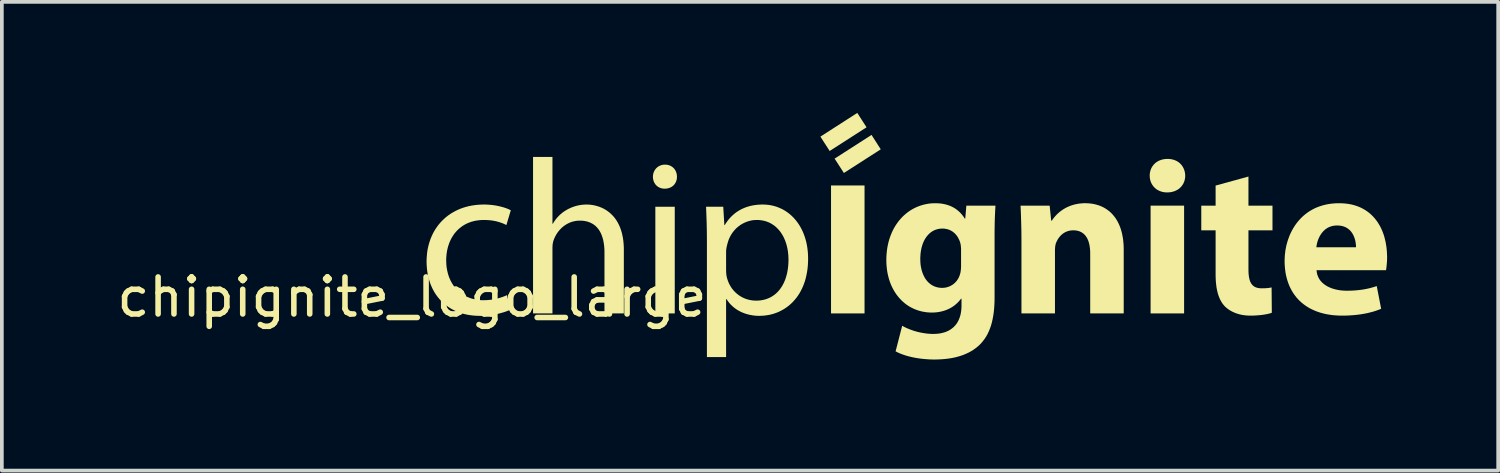
<source format=kicad_pcb>
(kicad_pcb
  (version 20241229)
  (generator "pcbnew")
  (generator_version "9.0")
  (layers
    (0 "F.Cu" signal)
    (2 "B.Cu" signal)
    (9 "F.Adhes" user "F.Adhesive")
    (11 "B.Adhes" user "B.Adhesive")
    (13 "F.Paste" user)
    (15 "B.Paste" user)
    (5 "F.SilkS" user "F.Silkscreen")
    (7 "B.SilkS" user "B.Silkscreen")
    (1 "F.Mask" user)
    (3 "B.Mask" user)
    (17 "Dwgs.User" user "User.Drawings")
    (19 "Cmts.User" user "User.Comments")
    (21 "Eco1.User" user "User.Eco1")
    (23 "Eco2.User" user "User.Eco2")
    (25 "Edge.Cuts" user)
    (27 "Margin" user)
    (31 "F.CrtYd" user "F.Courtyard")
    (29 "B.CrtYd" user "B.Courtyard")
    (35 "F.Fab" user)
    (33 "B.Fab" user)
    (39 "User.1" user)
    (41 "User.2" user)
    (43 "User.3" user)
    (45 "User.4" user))
  (footprint "chipignite_logo_large"
    (layer "F.Cu")
    (at 8.077 5.475)
    (property "Reference" "chipignite_logo_large" (at 0 -0.5 0) (unlocked yes) (layer "F.SilkS") (effects (font (size 1 1) (thickness 0.15))))
    (attr board_only exclude_from_pos_files exclude_from_bom allow_missing_courtyard)
    (fp_poly (pts (xy 7.097 -0.06) (xy 6.573 -0.06) (xy 6.573 -2.941) (xy 7.097 -2.941)) (stroke (width -0.000001) (type solid)) (fill yes) (layer "F.SilkS"))
    (fp_poly (pts (xy 12.223 -0.06) (xy 11.318 -0.06) (xy 11.318 -3.516) (xy 12.223 -3.516)) (stroke (width -0.000001) (type solid)) (fill yes) (layer "F.SilkS"))
    (fp_poly (pts (xy 12.277 -5.087) (xy 11.281 -4.447) (xy 11.031 -4.835) (xy 12.027 -5.475)) (stroke (width -0.000001) (type solid)) (fill yes) (layer "F.SilkS"))
    (fp_poly (pts (xy 12.661 -4.492) (xy 11.665 -3.853) (xy 11.415 -4.241) (xy 12.412 -4.881)) (stroke (width -0.000001) (type solid)) (fill yes) (layer "F.SilkS"))
    (fp_poly (pts (xy 20.854 -0.06) (xy 19.949 -0.06) (xy 19.949 -2.971) (xy 20.854 -2.971)) (stroke (width -0.000001) (type solid)) (fill yes) (layer "F.SilkS"))
    (fp_poly (pts (xy 22.592 -2.971) (xy 23.241 -2.971) (xy 23.241 -2.304) (xy 22.592 -2.304) (xy 22.592 -1.251) (xy 22.593 -1.187) (xy 22.596 -1.128) (xy 22.602 -1.073) (xy 22.61 -1.022) (xy 22.621 -0.976) (xy 22.634 -0.934) (xy 22.642 -0.915) (xy 22.651 -0.896) (xy 22.66 -0.879) (xy 22.67 -0.863) (xy 22.681 -0.848) (xy 22.693 -0.833) (xy 22.705 -0.82) (xy 22.719 -0.808) (xy 22.733 -0.797) (xy 22.748 -0.786) (xy 22.764 -0.777) (xy 22.78 -0.769) (xy 22.798 -0.762) (xy 22.817 -0.756) (xy 22.836 -0.75) (xy 22.857 -0.746) (xy 22.879 -0.743) (xy 22.901 -0.74) (xy 22.949 -0.738) (xy 22.993 -0.739) (xy 23.032 -0.74) (xy 23.067 -0.741) (xy 23.099 -0.744) (xy 23.129 -0.747) (xy 23.158 -0.751) (xy 23.187 -0.756) (xy 23.217 -0.762) (xy 23.223 -0.078) (xy 23.201 -0.07) (xy 23.176 -0.062) (xy 23.149 -0.055) (xy 23.119 -0.048) (xy 23.088 -0.041) (xy 23.055 -0.035) (xy 23.02 -0.029) (xy 22.983 -0.023) (xy 22.944 -0.018) (xy 22.904 -0.014) (xy 22.863 -0.01) (xy 22.82 -0.007) (xy 22.777 -0.004) (xy 22.732 -0.002) (xy 22.686 -0.001) (xy 22.64 -0.000329) (xy 22.586 -0.002) (xy 22.533 -0.005) (xy 22.481 -0.011) (xy 22.431 -0.018) (xy 22.382 -0.028) (xy 22.334 -0.04) (xy 22.288 -0.054) (xy 22.244 -0.069) (xy 22.201 -0.087) (xy 22.16 -0.106) (xy 22.121 -0.126) (xy 22.084 -0.148) (xy 22.048 -0.172) (xy 22.015 -0.197) (xy 21.984 -0.223) (xy 21.955 -0.25) (xy 21.925 -0.284) (xy 21.896 -0.32) (xy 21.87 -0.359) (xy 21.846 -0.4) (xy 21.823 -0.444) (xy 21.803 -0.491) (xy 21.784 -0.54) (xy 21.767 -0.593) (xy 21.753 -0.648) (xy 21.74 -0.705) (xy 21.729 -0.766) (xy 21.721 -0.83) (xy 21.714 -0.896) (xy 21.709 -0.966) (xy 21.706 -1.038) (xy 21.705 -1.114) (xy 21.705 -2.304) (xy 21.318 -2.304) (xy 21.318 -2.971) (xy 21.705 -2.971) (xy 21.705 -3.513) (xy 22.592 -3.757)) (stroke (width -0.000001) (type solid)) (fill yes) (layer "F.SilkS"))
    (fp_poly (pts (xy 6.853 -4.078) (xy 6.87 -4.077) (xy 6.887 -4.075) (xy 6.904 -4.072) (xy 6.92 -4.068) (xy 6.936 -4.064) (xy 6.951 -4.059) (xy 6.966 -4.053) (xy 6.98 -4.047) (xy 6.994 -4.04) (xy 7.008 -4.032) (xy 7.021 -4.023) (xy 7.033 -4.014) (xy 7.045 -4.005) (xy 7.057 -3.995) (xy 7.068 -3.984) (xy 7.078 -3.973) (xy 7.088 -3.961) (xy 7.097 -3.948) (xy 7.105 -3.936) (xy 7.113 -3.922) (xy 7.121 -3.909) (xy 7.127 -3.895) (xy 7.133 -3.88) (xy 7.139 -3.865) (xy 7.143 -3.85) (xy 7.147 -3.834) (xy 7.151 -3.818) (xy 7.153 -3.802) (xy 7.155 -3.785) (xy 7.156 -3.768) (xy 7.157 -3.751) (xy 7.156 -3.734) (xy 7.155 -3.718) (xy 7.154 -3.702) (xy 7.151 -3.686) (xy 7.148 -3.67) (xy 7.144 -3.655) (xy 7.139 -3.64) (xy 7.134 -3.625) (xy 7.128 -3.611) (xy 7.121 -3.597) (xy 7.114 -3.584) (xy 7.106 -3.571) (xy 7.098 -3.558) (xy 7.089 -3.546) (xy 7.079 -3.534) (xy 7.068 -3.523) (xy 7.057 -3.513) (xy 7.046 -3.503) (xy 7.033 -3.493) (xy 7.021 -3.484) (xy 7.007 -3.476) (xy 6.993 -3.468) (xy 6.979 -3.461) (xy 6.963 -3.455) (xy 6.948 -3.449) (xy 6.932 -3.444) (xy 6.915 -3.44) (xy 6.898 -3.436) (xy 6.88 -3.433) (xy 6.861 -3.431) (xy 6.843 -3.43) (xy 6.823 -3.43) (xy 6.806 -3.43) (xy 6.788 -3.431) (xy 6.772 -3.433) (xy 6.755 -3.436) (xy 6.739 -3.44) (xy 6.724 -3.444) (xy 6.708 -3.449) (xy 6.694 -3.455) (xy 6.68 -3.461) (xy 6.666 -3.468) (xy 6.653 -3.476) (xy 6.64 -3.484) (xy 6.628 -3.493) (xy 6.616 -3.503) (xy 6.605 -3.513) (xy 6.594 -3.523) (xy 6.584 -3.534) (xy 6.575 -3.546) (xy 6.566 -3.558) (xy 6.558 -3.571) (xy 6.55 -3.584) (xy 6.543 -3.597) (xy 6.536 -3.611) (xy 6.53 -3.625) (xy 6.525 -3.64) (xy 6.521 -3.655) (xy 6.517 -3.67) (xy 6.514 -3.686) (xy 6.511 -3.702) (xy 6.509 -3.718) (xy 6.508 -3.734) (xy 6.508 -3.751) (xy 6.508 -3.768) (xy 6.509 -3.784) (xy 6.511 -3.8) (xy 6.514 -3.816) (xy 6.517 -3.832) (xy 6.521 -3.847) (xy 6.526 -3.863) (xy 6.531 -3.877) (xy 6.538 -3.892) (xy 6.544 -3.906) (xy 6.552 -3.92) (xy 6.56 -3.933) (xy 6.568 -3.946) (xy 6.578 -3.958) (xy 6.587 -3.97) (xy 6.598 -3.982) (xy 6.609 -3.992) (xy 6.621 -4.003) (xy 6.633 -4.013) (xy 6.645 -4.022) (xy 6.659 -4.03) (xy 6.672 -4.038) (xy 6.687 -4.046) (xy 6.701 -4.052) (xy 6.717 -4.058) (xy 6.732 -4.063) (xy 6.748 -4.068) (xy 6.765 -4.072) (xy 6.782 -4.075) (xy 6.799 -4.077) (xy 6.817 -4.078) (xy 6.835 -4.078)) (stroke (width -0.000001) (type solid)) (fill yes) (layer "F.SilkS"))
    (fp_poly (pts (xy 20.434 -4.232) (xy 20.461 -4.231) (xy 20.486 -4.228) (xy 20.511 -4.224) (xy 20.536 -4.219) (xy 20.559 -4.213) (xy 20.582 -4.206) (xy 20.604 -4.198) (xy 20.625 -4.189) (xy 20.646 -4.18) (xy 20.666 -4.169) (xy 20.685 -4.157) (xy 20.703 -4.145) (xy 20.72 -4.132) (xy 20.737 -4.118) (xy 20.753 -4.103) (xy 20.768 -4.087) (xy 20.782 -4.071) (xy 20.795 -4.054) (xy 20.807 -4.036) (xy 20.819 -4.018) (xy 20.829 -3.999) (xy 20.839 -3.979) (xy 20.848 -3.959) (xy 20.856 -3.939) (xy 20.863 -3.917) (xy 20.869 -3.896) (xy 20.874 -3.874) (xy 20.878 -3.851) (xy 20.881 -3.828) (xy 20.883 -3.804) (xy 20.884 -3.781) (xy 20.883 -3.757) (xy 20.882 -3.734) (xy 20.879 -3.712) (xy 20.875 -3.689) (xy 20.87 -3.668) (xy 20.865 -3.646) (xy 20.858 -3.625) (xy 20.85 -3.604) (xy 20.841 -3.584) (xy 20.832 -3.565) (xy 20.821 -3.546) (xy 20.809 -3.528) (xy 20.797 -3.51) (xy 20.783 -3.493) (xy 20.769 -3.476) (xy 20.753 -3.461) (xy 20.737 -3.446) (xy 20.72 -3.431) (xy 20.702 -3.418) (xy 20.683 -3.405) (xy 20.664 -3.394) (xy 20.643 -3.383) (xy 20.622 -3.373) (xy 20.6 -3.364) (xy 20.577 -3.356) (xy 20.553 -3.349) (xy 20.529 -3.342) (xy 20.504 -3.337) (xy 20.478 -3.333) (xy 20.451 -3.331) (xy 20.424 -3.329) (xy 20.396 -3.328) (xy 20.369 -3.329) (xy 20.343 -3.331) (xy 20.318 -3.333) (xy 20.293 -3.337) (xy 20.269 -3.342) (xy 20.246 -3.349) (xy 20.223 -3.356) (xy 20.201 -3.364) (xy 20.18 -3.373) (xy 20.16 -3.383) (xy 20.14 -3.394) (xy 20.121 -3.405) (xy 20.103 -3.418) (xy 20.086 -3.431) (xy 20.069 -3.446) (xy 20.053 -3.461) (xy 20.038 -3.476) (xy 20.024 -3.493) (xy 20.011 -3.51) (xy 19.999 -3.528) (xy 19.987 -3.546) (xy 19.977 -3.565) (xy 19.967 -3.584) (xy 19.958 -3.604) (xy 19.951 -3.625) (xy 19.944 -3.646) (xy 19.938 -3.668) (xy 19.934 -3.689) (xy 19.93 -3.712) (xy 19.927 -3.734) (xy 19.926 -3.757) (xy 19.925 -3.781) (xy 19.926 -3.804) (xy 19.927 -3.828) (xy 19.93 -3.851) (xy 19.934 -3.874) (xy 19.939 -3.896) (xy 19.945 -3.917) (xy 19.952 -3.939) (xy 19.96 -3.959) (xy 19.968 -3.979) (xy 19.978 -3.999) (xy 19.989 -4.018) (xy 20.001 -4.036) (xy 20.014 -4.054) (xy 20.027 -4.071) (xy 20.042 -4.087) (xy 20.057 -4.103) (xy 20.073 -4.118) (xy 20.09 -4.132) (xy 20.108 -4.145) (xy 20.127 -4.157) (xy 20.146 -4.169) (xy 20.166 -4.18) (xy 20.187 -4.189) (xy 20.209 -4.198) (xy 20.231 -4.206) (xy 20.255 -4.213) (xy 20.278 -4.219) (xy 20.303 -4.224) (xy 20.328 -4.228) (xy 20.354 -4.231) (xy 20.38 -4.232) (xy 20.407 -4.233)) (stroke (width -0.000001) (type solid)) (fill yes) (layer "F.SilkS"))
    (fp_poly (pts (xy 3.794 -2.483) (xy 3.805 -2.483) (xy 3.822 -2.511) (xy 3.839 -2.538) (xy 3.857 -2.565) (xy 3.877 -2.592) (xy 3.897 -2.618) (xy 3.918 -2.643) (xy 3.941 -2.668) (xy 3.964 -2.693) (xy 3.988 -2.716) (xy 4.013 -2.739) (xy 4.039 -2.761) (xy 4.066 -2.783) (xy 4.093 -2.803) (xy 4.122 -2.822) (xy 4.151 -2.841) (xy 4.18 -2.858) (xy 4.21 -2.874) (xy 4.24 -2.89) (xy 4.271 -2.904) (xy 4.302 -2.918) (xy 4.334 -2.931) (xy 4.366 -2.942) (xy 4.399 -2.953) (xy 4.433 -2.963) (xy 4.467 -2.972) (xy 4.501 -2.979) (xy 4.536 -2.986) (xy 4.571 -2.991) (xy 4.607 -2.995) (xy 4.643 -2.998) (xy 4.68 -3) (xy 4.716 -3.001) (xy 4.791 -2.998) (xy 4.871 -2.989) (xy 4.953 -2.972) (xy 5.037 -2.948) (xy 5.079 -2.933) (xy 5.121 -2.915) (xy 5.163 -2.896) (xy 5.205 -2.873) (xy 5.246 -2.849) (xy 5.286 -2.821) (xy 5.326 -2.791) (xy 5.364 -2.758) (xy 5.402 -2.722) (xy 5.438 -2.684) (xy 5.473 -2.642) (xy 5.506 -2.597) (xy 5.538 -2.548) (xy 5.567 -2.497) (xy 5.594 -2.442) (xy 5.62 -2.383) (xy 5.642 -2.321) (xy 5.663 -2.254) (xy 5.68 -2.185) (xy 5.695 -2.111) (xy 5.707 -2.033) (xy 5.715 -1.951) (xy 5.721 -1.865) (xy 5.722 -1.774) (xy 5.722 -0.06) (xy 5.199 -0.06) (xy 5.199 -1.715) (xy 5.197 -1.801) (xy 5.19 -1.885) (xy 5.179 -1.966) (xy 5.164 -2.044) (xy 5.143 -2.118) (xy 5.118 -2.188) (xy 5.103 -2.222) (xy 5.087 -2.254) (xy 5.069 -2.285) (xy 5.051 -2.315) (xy 5.03 -2.343) (xy 5.008 -2.37) (xy 4.985 -2.395) (xy 4.96 -2.419) (xy 4.933 -2.442) (xy 4.905 -2.462) (xy 4.876 -2.481) (xy 4.844 -2.498) (xy 4.811 -2.514) (xy 4.777 -2.527) (xy 4.74 -2.539) (xy 4.702 -2.549) (xy 4.662 -2.556) (xy 4.621 -2.562) (xy 4.577 -2.565) (xy 4.532 -2.566) (xy 4.5 -2.565) (xy 4.469 -2.563) (xy 4.438 -2.56) (xy 4.408 -2.555) (xy 4.379 -2.549) (xy 4.35 -2.542) (xy 4.321 -2.534) (xy 4.293 -2.525) (xy 4.266 -2.514) (xy 4.239 -2.502) (xy 4.187 -2.476) (xy 4.138 -2.446) (xy 4.091 -2.412) (xy 4.047 -2.375) (xy 4.007 -2.335) (xy 3.969 -2.292) (xy 3.934 -2.247) (xy 3.903 -2.2) (xy 3.875 -2.151) (xy 3.85 -2.1) (xy 3.829 -2.048) (xy 3.824 -2.034) (xy 3.819 -2.019) (xy 3.815 -2.005) (xy 3.811 -1.99) (xy 3.808 -1.975) (xy 3.805 -1.96) (xy 3.802 -1.945) (xy 3.8 -1.93) (xy 3.798 -1.915) (xy 3.797 -1.899) (xy 3.795 -1.867) (xy 3.794 -1.833) (xy 3.794 -1.798) (xy 3.794 -0.06) (xy 3.27 -0.06) (xy 3.27 -4.287) (xy 3.794 -4.287)) (stroke (width -0.000001) (type solid)) (fill yes) (layer "F.SilkS"))
    (fp_poly (pts (xy 18.237 -3.035) (xy 18.291 -3.032) (xy 18.344 -3.026) (xy 18.397 -3.018) (xy 18.448 -3.007) (xy 18.498 -2.994) (xy 18.547 -2.979) (xy 18.595 -2.961) (xy 18.642 -2.941) (xy 18.687 -2.918) (xy 18.73 -2.893) (xy 18.772 -2.865) (xy 18.813 -2.835) (xy 18.852 -2.803) (xy 18.89 -2.767) (xy 18.925 -2.73) (xy 18.959 -2.69) (xy 18.992 -2.647) (xy 19.022 -2.602) (xy 19.05 -2.555) (xy 19.077 -2.504) (xy 19.101 -2.452) (xy 19.124 -2.396) (xy 19.144 -2.338) (xy 19.162 -2.278) (xy 19.178 -2.215) (xy 19.191 -2.149) (xy 19.203 -2.081) (xy 19.211 -2.009) (xy 19.218 -1.936) (xy 19.222 -1.859) (xy 19.223 -1.78) (xy 19.223 -0.06) (xy 18.318 -0.06) (xy 18.318 -1.673) (xy 18.317 -1.742) (xy 18.312 -1.808) (xy 18.304 -1.871) (xy 18.293 -1.93) (xy 18.278 -1.986) (xy 18.26 -2.038) (xy 18.249 -2.062) (xy 18.238 -2.086) (xy 18.225 -2.108) (xy 18.212 -2.129) (xy 18.197 -2.15) (xy 18.182 -2.169) (xy 18.166 -2.187) (xy 18.149 -2.203) (xy 18.13 -2.219) (xy 18.111 -2.233) (xy 18.091 -2.247) (xy 18.07 -2.258) (xy 18.047 -2.269) (xy 18.024 -2.278) (xy 17.999 -2.286) (xy 17.973 -2.293) (xy 17.947 -2.298) (xy 17.919 -2.301) (xy 17.89 -2.304) (xy 17.86 -2.304) (xy 17.837 -2.304) (xy 17.814 -2.302) (xy 17.792 -2.3) (xy 17.771 -2.297) (xy 17.75 -2.292) (xy 17.73 -2.287) (xy 17.71 -2.281) (xy 17.691 -2.275) (xy 17.672 -2.267) (xy 17.654 -2.259) (xy 17.637 -2.25) (xy 17.62 -2.241) (xy 17.588 -2.22) (xy 17.558 -2.197) (xy 17.531 -2.172) (xy 17.505 -2.146) (xy 17.482 -2.117) (xy 17.46 -2.088) (xy 17.441 -2.058) (xy 17.424 -2.027) (xy 17.409 -1.996) (xy 17.395 -1.965) (xy 17.391 -1.953) (xy 17.387 -1.941) (xy 17.384 -1.929) (xy 17.381 -1.916) (xy 17.378 -1.903) (xy 17.376 -1.889) (xy 17.373 -1.875) (xy 17.372 -1.861) (xy 17.369 -1.831) (xy 17.367 -1.801) (xy 17.366 -1.77) (xy 17.366 -1.739) (xy 17.366 -0.06) (xy 16.461 -0.06) (xy 16.461 -2.042) (xy 16.459 -2.304) (xy 16.453 -2.545) (xy 16.446 -2.766) (xy 16.437 -2.971) (xy 17.223 -2.971) (xy 17.264 -2.566) (xy 17.282 -2.566) (xy 17.307 -2.603) (xy 17.335 -2.641) (xy 17.368 -2.68) (xy 17.404 -2.72) (xy 17.445 -2.76) (xy 17.49 -2.799) (xy 17.54 -2.837) (xy 17.566 -2.855) (xy 17.593 -2.873) (xy 17.622 -2.89) (xy 17.651 -2.907) (xy 17.682 -2.923) (xy 17.714 -2.938) (xy 17.747 -2.952) (xy 17.78 -2.966) (xy 17.815 -2.978) (xy 17.852 -2.99) (xy 17.889 -3) (xy 17.927 -3.009) (xy 17.967 -3.017) (xy 18.007 -3.024) (xy 18.049 -3.029) (xy 18.092 -3.033) (xy 18.136 -3.036) (xy 18.181 -3.037)) (stroke (width -0.000001) (type solid)) (fill yes) (layer "F.SilkS"))
    (fp_poly (pts (xy 2 -3) (xy 2.057 -2.997) (xy 2.112 -2.993) (xy 2.166 -2.988) (xy 2.219 -2.981) (xy 2.271 -2.972) (xy 2.32 -2.963) (xy 2.368 -2.952) (xy 2.414 -2.941) (xy 2.458 -2.929) (xy 2.499 -2.916) (xy 2.539 -2.903) (xy 2.575 -2.889) (xy 2.609 -2.875) (xy 2.64 -2.86) (xy 2.669 -2.846) (xy 2.55 -2.447) (xy 2.525 -2.459) (xy 2.499 -2.472) (xy 2.472 -2.484) (xy 2.442 -2.496) (xy 2.411 -2.508) (xy 2.378 -2.519) (xy 2.343 -2.53) (xy 2.306 -2.54) (xy 2.268 -2.55) (xy 2.227 -2.558) (xy 2.185 -2.566) (xy 2.14 -2.572) (xy 2.094 -2.577) (xy 2.045 -2.581) (xy 1.995 -2.583) (xy 1.942 -2.584) (xy 1.881 -2.583) (xy 1.822 -2.578) (xy 1.765 -2.571) (xy 1.709 -2.562) (xy 1.655 -2.549) (xy 1.603 -2.535) (xy 1.553 -2.517) (xy 1.505 -2.498) (xy 1.458 -2.476) (xy 1.413 -2.451) (xy 1.371 -2.425) (xy 1.33 -2.396) (xy 1.291 -2.366) (xy 1.254 -2.333) (xy 1.219 -2.299) (xy 1.186 -2.263) (xy 1.154 -2.225) (xy 1.125 -2.185) (xy 1.098 -2.144) (xy 1.072 -2.101) (xy 1.049 -2.057) (xy 1.027 -2.011) (xy 1.008 -1.964) (xy 0.991 -1.916) (xy 0.975 -1.867) (xy 0.962 -1.816) (xy 0.95 -1.765) (xy 0.941 -1.712) (xy 0.934 -1.659) (xy 0.929 -1.605) (xy 0.925 -1.55) (xy 0.924 -1.495) (xy 0.926 -1.433) (xy 0.929 -1.373) (xy 0.935 -1.314) (xy 0.944 -1.257) (xy 0.955 -1.201) (xy 0.968 -1.147) (xy 0.983 -1.095) (xy 1 -1.045) (xy 1.02 -0.996) (xy 1.041 -0.949) (xy 1.065 -0.904) (xy 1.09 -0.861) (xy 1.117 -0.819) (xy 1.147 -0.779) (xy 1.178 -0.742) (xy 1.21 -0.706) (xy 1.244 -0.672) (xy 1.28 -0.64) (xy 1.318 -0.61) (xy 1.357 -0.582) (xy 1.397 -0.556) (xy 1.439 -0.533) (xy 1.483 -0.511) (xy 1.527 -0.492) (xy 1.573 -0.474) (xy 1.62 -0.459) (xy 1.668 -0.447) (xy 1.717 -0.436) (xy 1.768 -0.428) (xy 1.819 -0.422) (xy 1.871 -0.418) (xy 1.925 -0.417) (xy 1.979 -0.418) (xy 2.032 -0.42) (xy 2.082 -0.424) (xy 2.13 -0.429) (xy 2.176 -0.436) (xy 2.22 -0.443) (xy 2.262 -0.452) (xy 2.302 -0.461) (xy 2.34 -0.471) (xy 2.377 -0.482) (xy 2.446 -0.505) (xy 2.509 -0.529) (xy 2.567 -0.554) (xy 2.657 -0.161) (xy 2.629 -0.148) (xy 2.598 -0.135) (xy 2.563 -0.121) (xy 2.524 -0.107) (xy 2.482 -0.093) (xy 2.437 -0.08) (xy 2.388 -0.066) (xy 2.337 -0.053) (xy 2.282 -0.041) (xy 2.225 -0.03) (xy 2.165 -0.02) (xy 2.103 -0.011) (xy 2.038 -0.004) (xy 1.97 0.001) (xy 1.901 0.005) (xy 1.829 0.006) (xy 1.749 0.004) (xy 1.67 -0.001) (xy 1.593 -0.01) (xy 1.518 -0.021) (xy 1.445 -0.036) (xy 1.374 -0.054) (xy 1.305 -0.076) (xy 1.238 -0.1) (xy 1.174 -0.127) (xy 1.111 -0.158) (xy 1.051 -0.191) (xy 0.993 -0.227) (xy 0.938 -0.266) (xy 0.885 -0.308) (xy 0.834 -0.352) (xy 0.786 -0.399) (xy 0.74 -0.449) (xy 0.697 -0.501) (xy 0.657 -0.555) (xy 0.619 -0.612) (xy 0.584 -0.672) (xy 0.552 -0.733) (xy 0.523 -0.797) (xy 0.496 -0.863) (xy 0.473 -0.932) (xy 0.452 -1.002) (xy 0.435 -1.074) (xy 0.42 -1.149) (xy 0.409 -1.225) (xy 0.401 -1.303) (xy 0.396 -1.383) (xy 0.394 -1.465) (xy 0.396 -1.547) (xy 0.402 -1.628) (xy 0.41 -1.708) (xy 0.422 -1.786) (xy 0.438 -1.862) (xy 0.457 -1.936) (xy 0.479 -2.008) (xy 0.504 -2.079) (xy 0.533 -2.148) (xy 0.564 -2.214) (xy 0.599 -2.279) (xy 0.636 -2.341) (xy 0.677 -2.4) (xy 0.72 -2.458) (xy 0.767 -2.513) (xy 0.816 -2.565) (xy 0.868 -2.615) (xy 0.922 -2.663) (xy 0.979 -2.707) (xy 1.039 -2.749) (xy 1.102 -2.787) (xy 1.167 -2.823) (xy 1.234 -2.856) (xy 1.304 -2.886) (xy 1.376 -2.912) (xy 1.45 -2.935) (xy 1.527 -2.955) (xy 1.606 -2.971) (xy 1.687 -2.984) (xy 1.77 -2.993) (xy 1.855 -2.999) (xy 1.942 -3.001)) (stroke (width -0.000001) (type solid)) (fill yes) (layer "F.SilkS"))
    (fp_poly (pts (xy 25.125 -3.034) (xy 25.208 -3.028) (xy 25.288 -3.018) (xy 25.364 -3.004) (xy 25.438 -2.986) (xy 25.508 -2.964) (xy 25.575 -2.939) (xy 25.638 -2.911) (xy 25.699 -2.879) (xy 25.756 -2.845) (xy 25.811 -2.807) (xy 25.863 -2.767) (xy 25.911 -2.724) (xy 25.957 -2.678) (xy 26 -2.63) (xy 26.04 -2.58) (xy 26.078 -2.528) (xy 26.112 -2.474) (xy 26.145 -2.418) (xy 26.174 -2.36) (xy 26.201 -2.301) (xy 26.225 -2.24) (xy 26.247 -2.178) (xy 26.266 -2.115) (xy 26.297 -1.985) (xy 26.319 -1.853) (xy 26.332 -1.719) (xy 26.337 -1.584) (xy 26.336 -1.527) (xy 26.334 -1.472) (xy 26.33 -1.42) (xy 26.326 -1.372) (xy 26.321 -1.328) (xy 26.317 -1.288) (xy 26.312 -1.254) (xy 26.307 -1.227) (xy 24.431 -1.227) (xy 24.435 -1.192) (xy 24.44 -1.159) (xy 24.447 -1.126) (xy 24.456 -1.095) (xy 24.467 -1.065) (xy 24.48 -1.036) (xy 24.494 -1.008) (xy 24.51 -0.982) (xy 24.528 -0.956) (xy 24.547 -0.932) (xy 24.568 -0.909) (xy 24.59 -0.887) (xy 24.614 -0.866) (xy 24.639 -0.846) (xy 24.665 -0.827) (xy 24.693 -0.809) (xy 24.721 -0.793) (xy 24.751 -0.777) (xy 24.782 -0.763) (xy 24.814 -0.749) (xy 24.846 -0.737) (xy 24.88 -0.726) (xy 24.914 -0.716) (xy 24.95 -0.707) (xy 24.986 -0.699) (xy 25.022 -0.692) (xy 25.06 -0.686) (xy 25.097 -0.681) (xy 25.174 -0.675) (xy 25.253 -0.673) (xy 25.366 -0.675) (xy 25.475 -0.681) (xy 25.579 -0.691) (xy 25.679 -0.704) (xy 25.777 -0.722) (xy 25.872 -0.743) (xy 25.965 -0.769) (xy 26.057 -0.798) (xy 26.176 -0.185) (xy 26.119 -0.162) (xy 26.061 -0.141) (xy 26.002 -0.121) (xy 25.941 -0.103) (xy 25.879 -0.087) (xy 25.815 -0.071) (xy 25.751 -0.058) (xy 25.685 -0.046) (xy 25.618 -0.035) (xy 25.55 -0.026) (xy 25.481 -0.018) (xy 25.411 -0.012) (xy 25.34 -0.007) (xy 25.268 -0.003) (xy 25.195 -0.001) (xy 25.122 -0.000368) (xy 25.031 -0.002) (xy 24.942 -0.007) (xy 24.855 -0.015) (xy 24.771 -0.027) (xy 24.69 -0.041) (xy 24.612 -0.059) (xy 24.536 -0.08) (xy 24.462 -0.104) (xy 24.392 -0.131) (xy 24.324 -0.161) (xy 24.258 -0.193) (xy 24.196 -0.229) (xy 24.136 -0.268) (xy 24.08 -0.309) (xy 24.026 -0.353) (xy 23.974 -0.4) (xy 23.926 -0.449) (xy 23.881 -0.501) (xy 23.839 -0.556) (xy 23.799 -0.613) (xy 23.763 -0.673) (xy 23.73 -0.735) (xy 23.699 -0.8) (xy 23.672 -0.867) (xy 23.648 -0.936) (xy 23.627 -1.008) (xy 23.609 -1.081) (xy 23.594 -1.157) (xy 23.583 -1.236) (xy 23.575 -1.316) (xy 23.57 -1.398) (xy 23.568 -1.483) (xy 23.574 -1.622) (xy 23.59 -1.761) (xy 23.606 -1.846) (xy 24.425 -1.846) (xy 25.497 -1.846) (xy 25.496 -1.889) (xy 25.492 -1.934) (xy 25.485 -1.982) (xy 25.476 -2.031) (xy 25.462 -2.08) (xy 25.445 -2.129) (xy 25.423 -2.177) (xy 25.411 -2.2) (xy 25.397 -2.223) (xy 25.382 -2.245) (xy 25.366 -2.267) (xy 25.349 -2.287) (xy 25.33 -2.307) (xy 25.31 -2.325) (xy 25.288 -2.343) (xy 25.265 -2.359) (xy 25.241 -2.374) (xy 25.215 -2.388) (xy 25.187 -2.4) (xy 25.158 -2.41) (xy 25.127 -2.419) (xy 25.094 -2.426) (xy 25.059 -2.431) (xy 25.023 -2.434) (xy 24.985 -2.435) (xy 24.95 -2.434) (xy 24.916 -2.431) (xy 24.884 -2.426) (xy 24.853 -2.42) (xy 24.823 -2.411) (xy 24.794 -2.401) (xy 24.767 -2.39) (xy 24.74 -2.377) (xy 24.715 -2.362) (xy 24.691 -2.346) (xy 24.668 -2.33) (xy 24.647 -2.311) (xy 24.626 -2.292) (xy 24.607 -2.272) (xy 24.589 -2.251) (xy 24.571 -2.23) (xy 24.555 -2.207) (xy 24.54 -2.184) (xy 24.526 -2.161) (xy 24.513 -2.137) (xy 24.489 -2.088) (xy 24.469 -2.038) (xy 24.453 -1.989) (xy 24.441 -1.939) (xy 24.432 -1.892) (xy 24.425 -1.846) (xy 23.606 -1.846) (xy 23.617 -1.9) (xy 23.656 -2.037) (xy 23.705 -2.17) (xy 23.735 -2.235) (xy 23.767 -2.299) (xy 23.802 -2.361) (xy 23.839 -2.421) (xy 23.88 -2.48) (xy 23.924 -2.536) (xy 23.971 -2.591) (xy 24.02 -2.643) (xy 24.073 -2.693) (xy 24.129 -2.74) (xy 24.187 -2.784) (xy 24.249 -2.825) (xy 24.314 -2.863) (xy 24.382 -2.898) (xy 24.453 -2.929) (xy 24.527 -2.956) (xy 24.604 -2.98) (xy 24.685 -3) (xy 24.769 -3.016) (xy 24.855 -3.027) (xy 24.945 -3.034) (xy 25.039 -3.036)) (stroke (width -0.000001) (type solid)) (fill yes) (layer "F.SilkS"))
    (fp_poly (pts (xy 9.538 -2.999) (xy 9.602 -2.994) (xy 9.665 -2.986) (xy 9.727 -2.974) (xy 9.787 -2.959) (xy 9.847 -2.941) (xy 9.904 -2.919) (xy 9.96 -2.895) (xy 10.015 -2.868) (xy 10.068 -2.838) (xy 10.12 -2.804) (xy 10.169 -2.769) (xy 10.217 -2.73) (xy 10.263 -2.688) (xy 10.307 -2.644) (xy 10.349 -2.597) (xy 10.389 -2.548) (xy 10.427 -2.496) (xy 10.463 -2.442) (xy 10.496 -2.386) (xy 10.527 -2.327) (xy 10.556 -2.266) (xy 10.582 -2.202) (xy 10.606 -2.137) (xy 10.627 -2.069) (xy 10.646 -2) (xy 10.662 -1.928) (xy 10.675 -1.854) (xy 10.685 -1.779) (xy 10.693 -1.702) (xy 10.697 -1.623) (xy 10.699 -1.542) (xy 10.697 -1.447) (xy 10.692 -1.354) (xy 10.683 -1.265) (xy 10.67 -1.178) (xy 10.654 -1.095) (xy 10.636 -1.015) (xy 10.614 -0.937) (xy 10.589 -0.863) (xy 10.561 -0.792) (xy 10.53 -0.724) (xy 10.497 -0.659) (xy 10.462 -0.597) (xy 10.423 -0.538) (xy 10.383 -0.482) (xy 10.34 -0.43) (xy 10.296 -0.38) (xy 10.249 -0.333) (xy 10.2 -0.289) (xy 10.15 -0.249) (xy 10.098 -0.211) (xy 10.044 -0.176) (xy 9.989 -0.145) (xy 9.933 -0.116) (xy 9.875 -0.09) (xy 9.816 -0.068) (xy 9.757 -0.048) (xy 9.696 -0.032) (xy 9.635 -0.018) (xy 9.51 -0.000273) (xy 9.383 0.006) (xy 9.312 0.004) (xy 9.243 -0.002) (xy 9.175 -0.012) (xy 9.108 -0.025) (xy 9.043 -0.042) (xy 8.981 -0.062) (xy 8.92 -0.086) (xy 8.862 -0.113) (xy 8.806 -0.144) (xy 8.752 -0.178) (xy 8.702 -0.215) (xy 8.654 -0.256) (xy 8.609 -0.299) (xy 8.568 -0.345) (xy 8.53 -0.395) (xy 8.496 -0.447) (xy 8.484 -0.447) (xy 8.484 1.119) (xy 7.966 1.119) (xy 7.966 -1.733) (xy 8.484 -1.733) (xy 8.484 -1.233) (xy 8.485 -1.204) (xy 8.485 -1.176) (xy 8.487 -1.148) (xy 8.489 -1.121) (xy 8.493 -1.094) (xy 8.497 -1.069) (xy 8.502 -1.043) (xy 8.508 -1.018) (xy 8.518 -0.985) (xy 8.529 -0.952) (xy 8.541 -0.919) (xy 8.554 -0.888) (xy 8.568 -0.857) (xy 8.584 -0.827) (xy 8.601 -0.798) (xy 8.618 -0.769) (xy 8.637 -0.742) (xy 8.657 -0.715) (xy 8.678 -0.689) (xy 8.7 -0.665) (xy 8.722 -0.641) (xy 8.746 -0.618) (xy 8.771 -0.596) (xy 8.796 -0.576) (xy 8.822 -0.556) (xy 8.849 -0.537) (xy 8.877 -0.52) (xy 8.906 -0.503) (xy 8.935 -0.488) (xy 8.965 -0.474) (xy 8.995 -0.461) (xy 9.026 -0.45) (xy 9.058 -0.44) (xy 9.09 -0.431) (xy 9.123 -0.423) (xy 9.156 -0.417) (xy 9.19 -0.412) (xy 9.224 -0.408) (xy 9.259 -0.406) (xy 9.294 -0.405) (xy 9.345 -0.406) (xy 9.395 -0.41) (xy 9.444 -0.417) (xy 9.491 -0.426) (xy 9.536 -0.437) (xy 9.58 -0.451) (xy 9.623 -0.468) (xy 9.664 -0.486) (xy 9.704 -0.507) (xy 9.742 -0.53) (xy 9.779 -0.556) (xy 9.814 -0.583) (xy 9.848 -0.613) (xy 9.88 -0.645) (xy 9.91 -0.678) (xy 9.939 -0.714) (xy 9.966 -0.752) (xy 9.992 -0.791) (xy 10.016 -0.833) (xy 10.038 -0.876) (xy 10.059 -0.921) (xy 10.078 -0.967) (xy 10.095 -1.016) (xy 10.11 -1.066) (xy 10.124 -1.117) (xy 10.136 -1.17) (xy 10.146 -1.225) (xy 10.154 -1.281) (xy 10.161 -1.338) (xy 10.165 -1.397) (xy 10.168 -1.457) (xy 10.169 -1.518) (xy 10.165 -1.625) (xy 10.155 -1.728) (xy 10.137 -1.829) (xy 10.113 -1.926) (xy 10.082 -2.019) (xy 10.044 -2.107) (xy 10.022 -2.149) (xy 9.999 -2.189) (xy 9.974 -2.228) (xy 9.948 -2.266) (xy 9.92 -2.301) (xy 9.89 -2.335) (xy 9.859 -2.367) (xy 9.826 -2.398) (xy 9.792 -2.426) (xy 9.756 -2.452) (xy 9.718 -2.476) (xy 9.679 -2.498) (xy 9.639 -2.518) (xy 9.596 -2.535) (xy 9.553 -2.55) (xy 9.508 -2.562) (xy 9.461 -2.571) (xy 9.413 -2.578) (xy 9.363 -2.583) (xy 9.312 -2.584) (xy 9.278 -2.583) (xy 9.245 -2.581) (xy 9.212 -2.578) (xy 9.179 -2.573) (xy 9.146 -2.566) (xy 9.114 -2.558) (xy 9.051 -2.539) (xy 8.989 -2.514) (xy 8.929 -2.484) (xy 8.872 -2.45) (xy 8.818 -2.41) (xy 8.766 -2.366) (xy 8.742 -2.342) (xy 8.718 -2.317) (xy 8.696 -2.291) (xy 8.674 -2.264) (xy 8.653 -2.236) (xy 8.634 -2.207) (xy 8.615 -2.177) (xy 8.598 -2.146) (xy 8.582 -2.114) (xy 8.567 -2.082) (xy 8.553 -2.048) (xy 8.541 -2.013) (xy 8.53 -1.978) (xy 8.52 -1.941) (xy 8.513 -1.916) (xy 8.507 -1.89) (xy 8.501 -1.864) (xy 8.495 -1.837) (xy 8.491 -1.81) (xy 8.487 -1.784) (xy 8.486 -1.771) (xy 8.485 -1.758) (xy 8.484 -1.745) (xy 8.484 -1.733) (xy 7.966 -1.733) (xy 7.966 -2.001) (xy 7.966 -2.001) (xy 7.964 -2.265) (xy 7.959 -2.507) (xy 7.951 -2.731) (xy 7.943 -2.941) (xy 8.407 -2.941) (xy 8.437 -2.447) (xy 8.449 -2.447) (xy 8.468 -2.48) (xy 8.489 -2.511) (xy 8.511 -2.542) (xy 8.533 -2.572) (xy 8.556 -2.601) (xy 8.58 -2.629) (xy 8.605 -2.656) (xy 8.63 -2.682) (xy 8.657 -2.707) (xy 8.684 -2.731) (xy 8.711 -2.754) (xy 8.74 -2.777) (xy 8.769 -2.798) (xy 8.8 -2.818) (xy 8.831 -2.837) (xy 8.862 -2.856) (xy 8.895 -2.873) (xy 8.928 -2.889) (xy 8.962 -2.904) (xy 8.997 -2.918) (xy 9.032 -2.931) (xy 9.069 -2.943) (xy 9.106 -2.954) (xy 9.143 -2.964) (xy 9.182 -2.972) (xy 9.221 -2.98) (xy 9.261 -2.986) (xy 9.302 -2.991) (xy 9.343 -2.996) (xy 9.386 -2.998) (xy 9.429 -3) (xy 9.472 -3.001)) (stroke (width -0.000001) (type solid)) (fill yes) (layer "F.SilkS"))
    (fp_poly (pts (xy 14.206 -3.034) (xy 14.276 -3.029) (xy 14.342 -3.019) (xy 14.405 -3.006) (xy 14.465 -2.989) (xy 14.522 -2.969) (xy 14.575 -2.946) (xy 14.626 -2.92) (xy 14.674 -2.891) (xy 14.718 -2.859) (xy 14.76 -2.825) (xy 14.8 -2.788) (xy 14.836 -2.749) (xy 14.87 -2.708) (xy 14.902 -2.665) (xy 14.931 -2.62) (xy 14.943 -2.62) (xy 14.973 -2.971) (xy 15.759 -2.971) (xy 15.75 -2.816) (xy 15.742 -2.628) (xy 15.739 -2.518) (xy 15.737 -2.394) (xy 15.735 -2.256) (xy 15.735 -2.102) (xy 15.735 -0.482) (xy 15.735 -0.482) (xy 15.734 -0.379) (xy 15.729 -0.278) (xy 15.722 -0.179) (xy 15.712 -0.083) (xy 15.698 0.01) (xy 15.681 0.101) (xy 15.661 0.188) (xy 15.637 0.273) (xy 15.608 0.354) (xy 15.576 0.432) (xy 15.54 0.507) (xy 15.499 0.578) (xy 15.453 0.646) (xy 15.403 0.71) (xy 15.348 0.771) (xy 15.288 0.827) (xy 15.228 0.876) (xy 15.165 0.921) (xy 15.099 0.962) (xy 15.031 0.999) (xy 14.961 1.031) (xy 14.89 1.061) (xy 14.816 1.086) (xy 14.741 1.109) (xy 14.665 1.128) (xy 14.588 1.144) (xy 14.509 1.157) (xy 14.43 1.167) (xy 14.35 1.175) (xy 14.27 1.18) (xy 14.19 1.184) (xy 14.11 1.185) (xy 14.037 1.184) (xy 13.964 1.181) (xy 13.892 1.176) (xy 13.819 1.17) (xy 13.748 1.162) (xy 13.677 1.152) (xy 13.607 1.141) (xy 13.539 1.128) (xy 13.472 1.113) (xy 13.406 1.097) (xy 13.343 1.079) (xy 13.282 1.059) (xy 13.223 1.038) (xy 13.166 1.015) (xy 13.112 0.99) (xy 13.062 0.964) (xy 13.24 0.274) (xy 13.276 0.294) (xy 13.315 0.314) (xy 13.357 0.334) (xy 13.402 0.353) (xy 13.449 0.372) (xy 13.498 0.39) (xy 13.549 0.408) (xy 13.603 0.424) (xy 13.658 0.439) (xy 13.715 0.452) (xy 13.774 0.464) (xy 13.834 0.474) (xy 13.895 0.483) (xy 13.958 0.489) (xy 14.021 0.493) (xy 14.086 0.494) (xy 14.165 0.491) (xy 14.241 0.483) (xy 14.278 0.477) (xy 14.315 0.469) (xy 14.35 0.46) (xy 14.385 0.45) (xy 14.418 0.438) (xy 14.451 0.425) (xy 14.483 0.41) (xy 14.513 0.394) (xy 14.543 0.376) (xy 14.571 0.356) (xy 14.598 0.335) (xy 14.625 0.313) (xy 14.649 0.289) (xy 14.673 0.263) (xy 14.695 0.236) (xy 14.716 0.207) (xy 14.735 0.176) (xy 14.753 0.144) (xy 14.769 0.11) (xy 14.784 0.074) (xy 14.797 0.037) (xy 14.809 -0.002) (xy 14.819 -0.043) (xy 14.827 -0.086) (xy 14.833 -0.13) (xy 14.838 -0.176) (xy 14.841 -0.224) (xy 14.842 -0.274) (xy 14.842 -0.459) (xy 14.83 -0.459) (xy 14.796 -0.415) (xy 14.76 -0.374) (xy 14.722 -0.336) (xy 14.681 -0.3) (xy 14.638 -0.266) (xy 14.593 -0.235) (xy 14.546 -0.207) (xy 14.497 -0.182) (xy 14.446 -0.159) (xy 14.394 -0.14) (xy 14.339 -0.123) (xy 14.283 -0.109) (xy 14.226 -0.098) (xy 14.166 -0.09) (xy 14.106 -0.085) (xy 14.044 -0.084) (xy 13.977 -0.085) (xy 13.911 -0.09) (xy 13.847 -0.099) (xy 13.784 -0.11) (xy 13.723 -0.125) (xy 13.663 -0.143) (xy 13.604 -0.164) (xy 13.548 -0.188) (xy 13.492 -0.215) (xy 13.439 -0.244) (xy 13.387 -0.277) (xy 13.337 -0.312) (xy 13.29 -0.35) (xy 13.244 -0.391) (xy 13.2 -0.434) (xy 13.158 -0.48) (xy 13.118 -0.528) (xy 13.08 -0.578) (xy 13.045 -0.631) (xy 13.012 -0.686) (xy 12.981 -0.743) (xy 12.952 -0.803) (xy 12.926 -0.864) (xy 12.903 -0.927) (xy 12.882 -0.993) (xy 12.864 -1.06) (xy 12.848 -1.129) (xy 12.835 -1.2) (xy 12.825 -1.273) (xy 12.818 -1.347) (xy 12.813 -1.423) (xy 12.812 -1.5) (xy 12.812 -1.524) (xy 13.729 -1.524) (xy 13.731 -1.444) (xy 13.738 -1.366) (xy 13.751 -1.292) (xy 13.768 -1.22) (xy 13.79 -1.152) (xy 13.816 -1.089) (xy 13.847 -1.029) (xy 13.864 -1.001) (xy 13.883 -0.974) (xy 13.902 -0.949) (xy 13.922 -0.925) (xy 13.944 -0.902) (xy 13.967 -0.881) (xy 13.99 -0.861) (xy 14.015 -0.842) (xy 14.041 -0.826) (xy 14.068 -0.81) (xy 14.095 -0.797) (xy 14.124 -0.785) (xy 14.154 -0.774) (xy 14.185 -0.766) (xy 14.217 -0.759) (xy 14.25 -0.754) (xy 14.283 -0.751) (xy 14.318 -0.75) (xy 14.34 -0.751) (xy 14.362 -0.752) (xy 14.383 -0.754) (xy 14.405 -0.757) (xy 14.425 -0.761) (xy 14.446 -0.766) (xy 14.466 -0.772) (xy 14.485 -0.778) (xy 14.505 -0.785) (xy 14.523 -0.793) (xy 14.559 -0.81) (xy 14.594 -0.831) (xy 14.626 -0.854) (xy 14.656 -0.879) (xy 14.684 -0.907) (xy 14.71 -0.937) (xy 14.733 -0.969) (xy 14.754 -1.003) (xy 14.772 -1.038) (xy 14.788 -1.075) (xy 14.8 -1.114) (xy 14.804 -1.127) (xy 14.808 -1.141) (xy 14.812 -1.156) (xy 14.815 -1.171) (xy 14.818 -1.186) (xy 14.82 -1.202) (xy 14.824 -1.233) (xy 14.827 -1.265) (xy 14.829 -1.297) (xy 14.83 -1.328) (xy 14.83 -1.358) (xy 14.83 -1.786) (xy 14.83 -1.786) (xy 14.83 -1.807) (xy 14.829 -1.827) (xy 14.827 -1.848) (xy 14.825 -1.87) (xy 14.823 -1.891) (xy 14.82 -1.912) (xy 14.816 -1.933) (xy 14.812 -1.953) (xy 14.799 -1.997) (xy 14.783 -2.038) (xy 14.764 -2.078) (xy 14.743 -2.116) (xy 14.732 -2.134) (xy 14.72 -2.151) (xy 14.708 -2.168) (xy 14.695 -2.184) (xy 14.681 -2.199) (xy 14.667 -2.214) (xy 14.652 -2.228) (xy 14.637 -2.242) (xy 14.621 -2.254) (xy 14.605 -2.267) (xy 14.588 -2.278) (xy 14.571 -2.288) (xy 14.553 -2.298) (xy 14.535 -2.307) (xy 14.516 -2.316) (xy 14.496 -2.323) (xy 14.477 -2.33) (xy 14.456 -2.335) (xy 14.435 -2.34) (xy 14.414 -2.344) (xy 14.392 -2.348) (xy 14.37 -2.35) (xy 14.347 -2.351) (xy 14.324 -2.352) (xy 14.293 -2.351) (xy 14.262 -2.348) (xy 14.232 -2.344) (xy 14.203 -2.338) (xy 14.174 -2.33) (xy 14.145 -2.321) (xy 14.117 -2.31) (xy 14.09 -2.297) (xy 14.064 -2.283) (xy 14.038 -2.267) (xy 14.013 -2.249) (xy 13.989 -2.23) (xy 13.966 -2.209) (xy 13.943 -2.186) (xy 13.922 -2.162) (xy 13.901 -2.137) (xy 13.882 -2.11) (xy 13.863 -2.081) (xy 13.845 -2.051) (xy 13.829 -2.019) (xy 13.814 -1.986) (xy 13.799 -1.951) (xy 13.786 -1.915) (xy 13.775 -1.877) (xy 13.764 -1.838) (xy 13.755 -1.797) (xy 13.747 -1.755) (xy 13.74 -1.712) (xy 13.735 -1.667) (xy 13.732 -1.621) (xy 13.729 -1.573) (xy 13.729 -1.524) (xy 12.812 -1.524) (xy 12.813 -1.588) (xy 12.819 -1.673) (xy 12.827 -1.756) (xy 12.839 -1.837) (xy 12.854 -1.915) (xy 12.872 -1.992) (xy 12.893 -2.066) (xy 12.917 -2.137) (xy 12.944 -2.207) (xy 12.973 -2.274) (xy 13.005 -2.338) (xy 13.04 -2.4) (xy 13.077 -2.459) (xy 13.117 -2.516) (xy 13.158 -2.57) (xy 13.202 -2.621) (xy 13.248 -2.67) (xy 13.297 -2.716) (xy 13.347 -2.759) (xy 13.399 -2.799) (xy 13.452 -2.836) (xy 13.508 -2.87) (xy 13.564 -2.901) (xy 13.623 -2.929) (xy 13.683 -2.954) (xy 13.744 -2.975) (xy 13.806 -2.994) (xy 13.87 -3.009) (xy 13.934 -3.021) (xy 14 -3.03) (xy 14.066 -3.035) (xy 14.133 -3.036)) (stroke (width -0.000001) (type solid)) (fill yes) (layer "F.SilkS")))
  (gr_rect
    (start -3 -3)
    (end 37.414 9.66)
    (stroke (width 0.1) (type default))
    (fill no)
    (layer "Edge.Cuts")))
</source>
